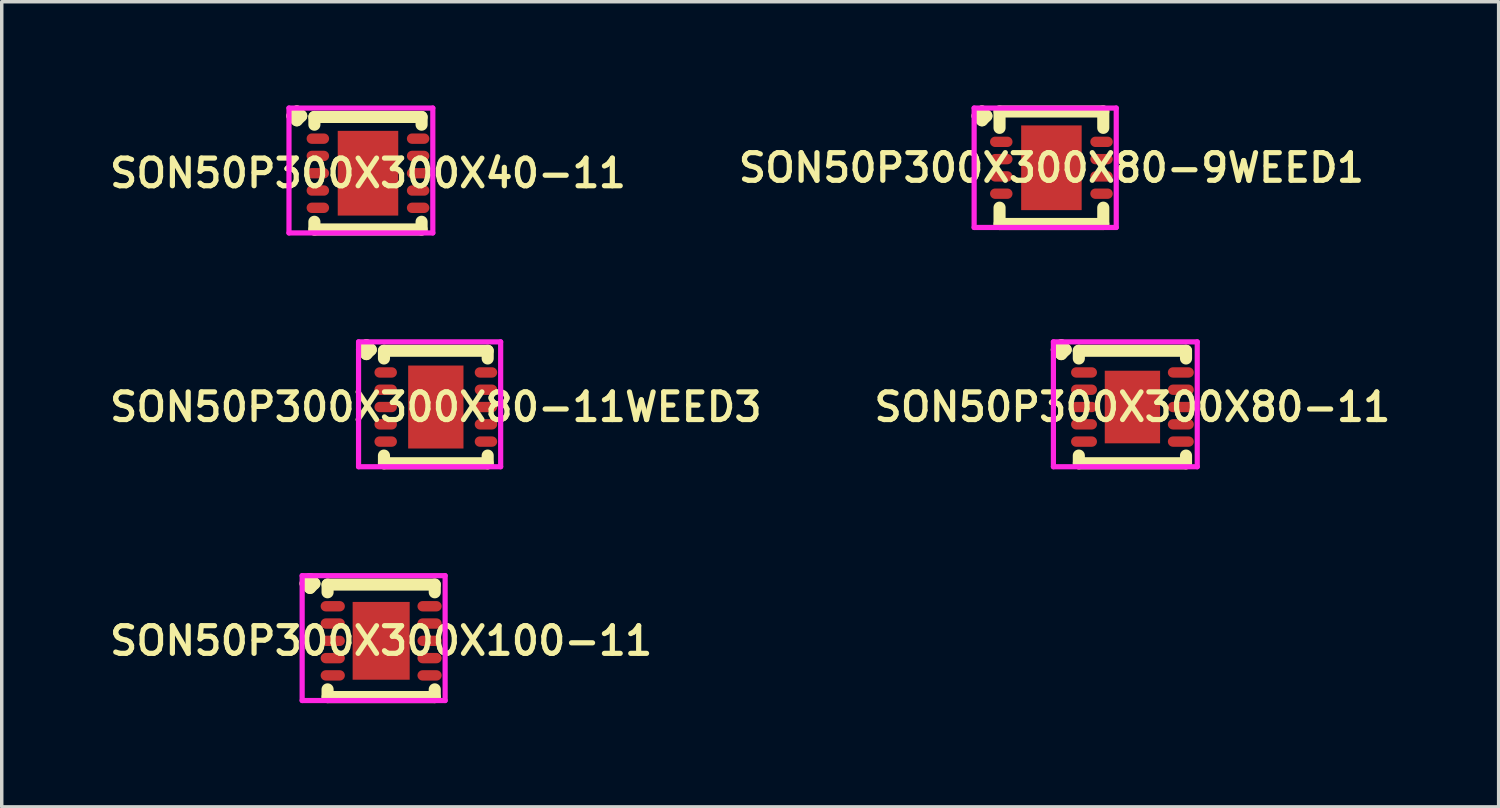
<source format=kicad_pcb>
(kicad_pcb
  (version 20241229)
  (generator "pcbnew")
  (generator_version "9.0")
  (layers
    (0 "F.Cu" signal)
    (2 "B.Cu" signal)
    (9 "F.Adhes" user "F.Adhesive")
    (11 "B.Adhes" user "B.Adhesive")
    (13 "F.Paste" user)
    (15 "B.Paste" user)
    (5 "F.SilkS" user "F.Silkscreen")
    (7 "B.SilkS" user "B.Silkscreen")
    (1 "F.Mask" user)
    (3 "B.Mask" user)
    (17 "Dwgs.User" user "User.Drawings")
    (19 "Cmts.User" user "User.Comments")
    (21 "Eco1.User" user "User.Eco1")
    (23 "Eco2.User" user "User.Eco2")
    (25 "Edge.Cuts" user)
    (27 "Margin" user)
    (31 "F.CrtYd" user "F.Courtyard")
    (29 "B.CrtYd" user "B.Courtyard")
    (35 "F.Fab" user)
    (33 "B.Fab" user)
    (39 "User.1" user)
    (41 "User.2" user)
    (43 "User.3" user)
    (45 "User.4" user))
  (footprint "SON50P300X300X80-11WEED3"
    (layer "F.Cu")
    (at 9.555 8.722)
    (property "Reference" "SON50P300X300X80-11WEED3" (at 0 0 0) (layer "F.SilkS") (effects (font (size 0.8 0.8) (thickness 0.15))))
    (attr smd)
    (fp_line (start -2.135 -1.658) (end -2.008 -1.785) (stroke (width 0.35) (type solid)) (layer "F.SilkS"))
    (fp_line (start -2.008 -1.785) (end -1.881 -1.658) (stroke (width 0.35) (type solid)) (layer "F.SilkS"))
    (fp_line (start -2.008 -1.531) (end -2.135 -1.658) (stroke (width 0.35) (type solid)) (layer "F.SilkS"))
    (fp_line (start -1.881 -1.658) (end -2.008 -1.531) (stroke (width 0.35) (type solid)) (layer "F.SilkS"))
    (fp_line (start -1.5 -1.627) (end 1.5 -1.627) (stroke (width 0.35) (type solid)) (layer "F.SilkS"))
    (fp_line (start -1.5 -1.404) (end -1.5 -1.627) (stroke (width 0.35) (type solid)) (layer "F.SilkS"))
    (fp_line (start -1.5 1.404) (end -1.5 1.627) (stroke (width 0.35) (type solid)) (layer "F.SilkS"))
    (fp_line (start -1.5 1.627) (end 1.5 1.627) (stroke (width 0.35) (type solid)) (layer "F.SilkS"))
    (fp_line (start 1.5 -1.627) (end 1.5 -1.404) (stroke (width 0.35) (type solid)) (layer "F.SilkS"))
    (fp_line (start 1.5 1.627) (end 1.5 1.404) (stroke (width 0.35) (type solid)) (layer "F.SilkS"))
    (fp_line (start -2.235 -1.885) (end 1.875 -1.885) (stroke (width 0.15) (type solid)) (layer "F.CrtYd"))
    (fp_line (start -2.235 1.727) (end -2.235 -1.885) (stroke (width 0.15) (type solid)) (layer "F.CrtYd"))
    (fp_line (start 1.875 -1.885) (end 1.875 1.727) (stroke (width 0.15) (type solid)) (layer "F.CrtYd"))
    (fp_line (start 1.875 1.727) (end -2.235 1.727) (stroke (width 0.15) (type solid)) (layer "F.CrtYd"))
    (pad "1" smd oval (at -1.45 -1) (size 0.65 0.3) (layers "F.Cu" "F.Mask" "F.Paste"))
    (pad "2" smd oval (at -1.45 -0.5) (size 0.65 0.3) (layers "F.Cu" "F.Mask" "F.Paste"))
    (pad "3" smd oval (at -1.45 0) (size 0.65 0.3) (layers "F.Cu" "F.Mask" "F.Paste"))
    (pad "4" smd oval (at -1.45 0.5) (size 0.65 0.3) (layers "F.Cu" "F.Mask" "F.Paste"))
    (pad "5" smd oval (at -1.45 1) (size 0.65 0.3) (layers "F.Cu" "F.Mask" "F.Paste"))
    (pad "6" smd oval (at 1.45 1) (size 0.65 0.3) (layers "F.Cu" "F.Mask" "F.Paste"))
    (pad "7" smd oval (at 1.45 0.5) (size 0.65 0.3) (layers "F.Cu" "F.Mask" "F.Paste"))
    (pad "8" smd oval (at 1.45 0) (size 0.65 0.3) (layers "F.Cu" "F.Mask" "F.Paste"))
    (pad "9" smd oval (at 1.45 -0.5) (size 0.65 0.3) (layers "F.Cu" "F.Mask" "F.Paste"))
    (pad "10" smd oval (at 1.45 -1) (size 0.65 0.3) (layers "F.Cu" "F.Mask" "F.Paste"))
    (pad "11" smd rect (at 0 0) (size 1.6 2.4) (layers "F.Cu" "F.Mask" "F.Paste")))
  (footprint "SON50P300X300X100-11"
    (layer "F.Cu")
    (at 7.974 15.484)
    (property "Reference" "SON50P300X300X100-11" (at 0 0 0) (layer "F.SilkS") (effects (font (size 0.8 0.8) (thickness 0.15))))
    (attr smd)
    (fp_line (start -2.185 -1.658) (end -2.058 -1.785) (stroke (width 0.35) (type solid)) (layer "F.SilkS"))
    (fp_line (start -2.058 -1.785) (end -1.931 -1.658) (stroke (width 0.35) (type solid)) (layer "F.SilkS"))
    (fp_line (start -2.058 -1.531) (end -2.185 -1.658) (stroke (width 0.35) (type solid)) (layer "F.SilkS"))
    (fp_line (start -1.931 -1.658) (end -2.058 -1.531) (stroke (width 0.35) (type solid)) (layer "F.SilkS"))
    (fp_line (start -1.55 -1.627) (end 1.55 -1.627) (stroke (width 0.35) (type solid)) (layer "F.SilkS"))
    (fp_line (start -1.55 -1.404) (end -1.55 -1.627) (stroke (width 0.35) (type solid)) (layer "F.SilkS"))
    (fp_line (start -1.55 1.404) (end -1.55 1.627) (stroke (width 0.35) (type solid)) (layer "F.SilkS"))
    (fp_line (start -1.55 1.627) (end 1.55 1.627) (stroke (width 0.35) (type solid)) (layer "F.SilkS"))
    (fp_line (start 1.55 -1.627) (end 1.55 -1.404) (stroke (width 0.35) (type solid)) (layer "F.SilkS"))
    (fp_line (start 1.55 1.627) (end 1.55 1.404) (stroke (width 0.35) (type solid)) (layer "F.SilkS"))
    (fp_line (start -2.285 -1.885) (end 1.85 -1.885) (stroke (width 0.15) (type solid)) (layer "F.CrtYd"))
    (fp_line (start -2.285 1.727) (end -2.285 -1.885) (stroke (width 0.15) (type solid)) (layer "F.CrtYd"))
    (fp_line (start 1.85 -1.885) (end 1.85 1.727) (stroke (width 0.15) (type solid)) (layer "F.CrtYd"))
    (fp_line (start 1.85 1.727) (end -2.285 1.727) (stroke (width 0.15) (type solid)) (layer "F.CrtYd"))
    (pad "1" smd oval (at -1.4 -1) (size 0.7 0.3) (layers "F.Cu" "F.Mask" "F.Paste"))
    (pad "2" smd oval (at -1.4 -0.5) (size 0.7 0.3) (layers "F.Cu" "F.Mask" "F.Paste"))
    (pad "3" smd oval (at -1.4 0) (size 0.7 0.3) (layers "F.Cu" "F.Mask" "F.Paste"))
    (pad "4" smd oval (at -1.4 0.5) (size 0.7 0.3) (layers "F.Cu" "F.Mask" "F.Paste"))
    (pad "5" smd oval (at -1.4 1) (size 0.7 0.3) (layers "F.Cu" "F.Mask" "F.Paste"))
    (pad "6" smd oval (at 1.4 1) (size 0.7 0.3) (layers "F.Cu" "F.Mask" "F.Paste"))
    (pad "7" smd oval (at 1.4 0.5) (size 0.7 0.3) (layers "F.Cu" "F.Mask" "F.Paste"))
    (pad "8" smd oval (at 1.4 0) (size 0.7 0.3) (layers "F.Cu" "F.Mask" "F.Paste"))
    (pad "9" smd oval (at 1.4 -0.5) (size 0.7 0.3) (layers "F.Cu" "F.Mask" "F.Paste"))
    (pad "10" smd oval (at 1.4 -1) (size 0.7 0.3) (layers "F.Cu" "F.Mask" "F.Paste"))
    (pad "11" smd rect (at 0 0) (size 1.65 2.25) (layers "F.Cu" "F.Mask" "F.Paste")))
  (footprint "SON50P300X300X80-9WEED1"
    (layer "F.Cu")
    (at 27.359 1.802)
    (property "Reference" "SON50P300X300X80-9WEED1" (at 0 0 0) (layer "F.SilkS") (effects (font (size 0.8 0.8) (thickness 0.15))))
    (attr smd)
    (fp_line (start -2.135 -1.5) (end -2.008 -1.627) (stroke (width 0.35) (type solid)) (layer "F.SilkS"))
    (fp_line (start -2.008 -1.627) (end -1.881 -1.5) (stroke (width 0.35) (type solid)) (layer "F.SilkS"))
    (fp_line (start -2.008 -1.373) (end -2.135 -1.5) (stroke (width 0.35) (type solid)) (layer "F.SilkS"))
    (fp_line (start -1.881 -1.5) (end -2.008 -1.373) (stroke (width 0.35) (type solid)) (layer "F.SilkS"))
    (fp_line (start -1.5 -1.627) (end 1.5 -1.627) (stroke (width 0.35) (type solid)) (layer "F.SilkS"))
    (fp_line (start -1.5 -1.154) (end -1.5 -1.627) (stroke (width 0.35) (type solid)) (layer "F.SilkS"))
    (fp_line (start -1.5 1.154) (end -1.5 1.627) (stroke (width 0.35) (type solid)) (layer "F.SilkS"))
    (fp_line (start -1.5 1.627) (end 1.5 1.627) (stroke (width 0.35) (type solid)) (layer "F.SilkS"))
    (fp_line (start 1.5 -1.627) (end 1.5 -1.154) (stroke (width 0.35) (type solid)) (layer "F.SilkS"))
    (fp_line (start 1.5 1.627) (end 1.5 1.154) (stroke (width 0.35) (type solid)) (layer "F.SilkS"))
    (fp_line (start -2.235 -1.727) (end 1.875 -1.727) (stroke (width 0.15) (type solid)) (layer "F.CrtYd"))
    (fp_line (start -2.235 1.727) (end -2.235 -1.727) (stroke (width 0.15) (type solid)) (layer "F.CrtYd"))
    (fp_line (start 1.875 -1.727) (end 1.875 1.727) (stroke (width 0.15) (type solid)) (layer "F.CrtYd"))
    (fp_line (start 1.875 1.727) (end -2.235 1.727) (stroke (width 0.15) (type solid)) (layer "F.CrtYd"))
    (pad "1" smd oval (at -1.45 -0.75) (size 0.65 0.3) (layers "F.Cu" "F.Mask" "F.Paste"))
    (pad "2" smd oval (at -1.45 -0.25) (size 0.65 0.3) (layers "F.Cu" "F.Mask" "F.Paste"))
    (pad "3" smd oval (at -1.45 0.25) (size 0.65 0.3) (layers "F.Cu" "F.Mask" "F.Paste"))
    (pad "4" smd oval (at -1.45 0.75) (size 0.65 0.3) (layers "F.Cu" "F.Mask" "F.Paste"))
    (pad "5" smd oval (at 1.45 0.75) (size 0.65 0.3) (layers "F.Cu" "F.Mask" "F.Paste"))
    (pad "6" smd oval (at 1.45 0.25) (size 0.65 0.3) (layers "F.Cu" "F.Mask" "F.Paste"))
    (pad "7" smd oval (at 1.45 -0.25) (size 0.65 0.3) (layers "F.Cu" "F.Mask" "F.Paste"))
    (pad "8" smd oval (at 1.45 -0.75) (size 0.65 0.3) (layers "F.Cu" "F.Mask" "F.Paste"))
    (pad "9" smd rect (at 0 0) (size 1.75 2.45) (layers "F.Cu" "F.Mask" "F.Paste")))
  (footprint "SON50P300X300X80-11"
    (layer "F.Cu")
    (at 29.702 8.722)
    (property "Reference" "SON50P300X300X80-11" (at 0 0 0) (layer "F.SilkS") (effects (font (size 0.8 0.8) (thickness 0.15))))
    (attr smd)
    (fp_line (start -2.185 -1.658) (end -2.058 -1.785) (stroke (width 0.35) (type solid)) (layer "F.SilkS"))
    (fp_line (start -2.058 -1.785) (end -1.931 -1.658) (stroke (width 0.35) (type solid)) (layer "F.SilkS"))
    (fp_line (start -2.058 -1.531) (end -2.185 -1.658) (stroke (width 0.35) (type solid)) (layer "F.SilkS"))
    (fp_line (start -1.931 -1.658) (end -2.058 -1.531) (stroke (width 0.35) (type solid)) (layer "F.SilkS"))
    (fp_line (start -1.55 -1.627) (end 1.55 -1.627) (stroke (width 0.35) (type solid)) (layer "F.SilkS"))
    (fp_line (start -1.55 -1.404) (end -1.55 -1.627) (stroke (width 0.35) (type solid)) (layer "F.SilkS"))
    (fp_line (start -1.55 1.404) (end -1.55 1.627) (stroke (width 0.35) (type solid)) (layer "F.SilkS"))
    (fp_line (start -1.55 1.627) (end 1.55 1.627) (stroke (width 0.35) (type solid)) (layer "F.SilkS"))
    (fp_line (start 1.55 -1.627) (end 1.55 -1.404) (stroke (width 0.35) (type solid)) (layer "F.SilkS"))
    (fp_line (start 1.55 1.627) (end 1.55 1.404) (stroke (width 0.35) (type solid)) (layer "F.SilkS"))
    (fp_line (start -2.285 -1.885) (end 1.875 -1.885) (stroke (width 0.15) (type solid)) (layer "F.CrtYd"))
    (fp_line (start -2.285 1.727) (end -2.285 -1.885) (stroke (width 0.15) (type solid)) (layer "F.CrtYd"))
    (fp_line (start 1.875 -1.885) (end 1.875 1.727) (stroke (width 0.15) (type solid)) (layer "F.CrtYd"))
    (fp_line (start 1.875 1.727) (end -2.285 1.727) (stroke (width 0.15) (type solid)) (layer "F.CrtYd"))
    (pad "1" smd oval (at -1.4 -1) (size 0.75 0.3) (layers "F.Cu" "F.Mask" "F.Paste"))
    (pad "2" smd oval (at -1.4 -0.5) (size 0.75 0.3) (layers "F.Cu" "F.Mask" "F.Paste"))
    (pad "3" smd oval (at -1.4 0) (size 0.75 0.3) (layers "F.Cu" "F.Mask" "F.Paste"))
    (pad "4" smd oval (at -1.4 0.5) (size 0.75 0.3) (layers "F.Cu" "F.Mask" "F.Paste"))
    (pad "5" smd oval (at -1.4 1) (size 0.75 0.3) (layers "F.Cu" "F.Mask" "F.Paste"))
    (pad "6" smd oval (at 1.4 1) (size 0.75 0.3) (layers "F.Cu" "F.Mask" "F.Paste"))
    (pad "7" smd oval (at 1.4 0.5) (size 0.75 0.3) (layers "F.Cu" "F.Mask" "F.Paste"))
    (pad "8" smd oval (at 1.4 0) (size 0.75 0.3) (layers "F.Cu" "F.Mask" "F.Paste"))
    (pad "9" smd oval (at 1.4 -0.5) (size 0.75 0.3) (layers "F.Cu" "F.Mask" "F.Paste"))
    (pad "10" smd oval (at 1.4 -1) (size 0.75 0.3) (layers "F.Cu" "F.Mask" "F.Paste"))
    (pad "11" smd rect (at 0 0) (size 1.6 2.1) (layers "F.Cu" "F.Mask" "F.Paste")))
  (footprint "SON50P300X300X40-11"
    (layer "F.Cu")
    (at 7.593 1.96)
    (property "Reference" "SON50P300X300X40-11" (at 0 0 0) (layer "F.SilkS") (effects (font (size 0.8 0.8) (thickness 0.15))))
    (attr through_hole)
    (fp_line (start -2.185 -1.658) (end -2.058 -1.785) (stroke (width 0.35) (type solid)) (layer "F.SilkS"))
    (fp_line (start -2.058 -1.785) (end -1.931 -1.658) (stroke (width 0.35) (type solid)) (layer "F.SilkS"))
    (fp_line (start -2.058 -1.531) (end -2.185 -1.658) (stroke (width 0.35) (type solid)) (layer "F.SilkS"))
    (fp_line (start -1.931 -1.658) (end -2.058 -1.531) (stroke (width 0.35) (type solid)) (layer "F.SilkS"))
    (fp_line (start -1.55 -1.627) (end 1.55 -1.627) (stroke (width 0.35) (type solid)) (layer "F.SilkS"))
    (fp_line (start -1.55 -1.404) (end -1.55 -1.627) (stroke (width 0.35) (type solid)) (layer "F.SilkS"))
    (fp_line (start -1.55 1.404) (end -1.55 1.627) (stroke (width 0.35) (type solid)) (layer "F.SilkS"))
    (fp_line (start -1.55 1.627) (end 1.55 1.627) (stroke (width 0.35) (type solid)) (layer "F.SilkS"))
    (fp_line (start 1.55 -1.627) (end 1.55 -1.404) (stroke (width 0.35) (type solid)) (layer "F.SilkS"))
    (fp_line (start 1.55 1.627) (end 1.55 1.404) (stroke (width 0.35) (type solid)) (layer "F.SilkS"))
    (fp_line (start -2.285 -1.885) (end 1.875 -1.885) (stroke (width 0.15) (type solid)) (layer "F.CrtYd"))
    (fp_line (start -2.285 1.727) (end -2.285 -1.885) (stroke (width 0.15) (type solid)) (layer "F.CrtYd"))
    (fp_line (start 1.875 -1.885) (end 1.875 1.727) (stroke (width 0.15) (type solid)) (layer "F.CrtYd"))
    (fp_line (start 1.875 1.727) (end -2.285 1.727) (stroke (width 0.15) (type solid)) (layer "F.CrtYd"))
    (pad "1" smd oval (at -1.45 -1) (size 0.65 0.3) (layers "F.Cu" "F.Mask" "F.Paste"))
    (pad "2" smd oval (at -1.45 -0.5) (size 0.65 0.3) (layers "F.Cu" "F.Mask" "F.Paste"))
    (pad "3" smd oval (at -1.45 0) (size 0.65 0.3) (layers "F.Cu" "F.Mask" "F.Paste"))
    (pad "4" smd oval (at -1.45 0.5) (size 0.65 0.3) (layers "F.Cu" "F.Mask" "F.Paste"))
    (pad "5" smd oval (at -1.45 1) (size 0.65 0.3) (layers "F.Cu" "F.Mask" "F.Paste"))
    (pad "6" smd oval (at 1.45 1) (size 0.65 0.3) (layers "F.Cu" "F.Mask" "F.Paste"))
    (pad "7" smd oval (at 1.45 0.5) (size 0.65 0.3) (layers "F.Cu" "F.Mask" "F.Paste"))
    (pad "8" smd oval (at 1.45 0) (size 0.65 0.3) (layers "F.Cu" "F.Mask" "F.Paste"))
    (pad "9" smd oval (at 1.45 -0.5) (size 0.65 0.3) (layers "F.Cu" "F.Mask" "F.Paste"))
    (pad "10" smd oval (at 1.45 -1) (size 0.65 0.3) (layers "F.Cu" "F.Mask" "F.Paste"))
    (pad "11" smd rect (at 0 0) (size 1.75 2.45) (layers "F.Cu" "F.Mask" "F.Paste")))
  (gr_rect
    (start -3 -3)
    (end 40.294 20.286)
    (stroke (width 0.1) (type default))
    (fill no)
    (layer "Edge.Cuts")))
</source>
